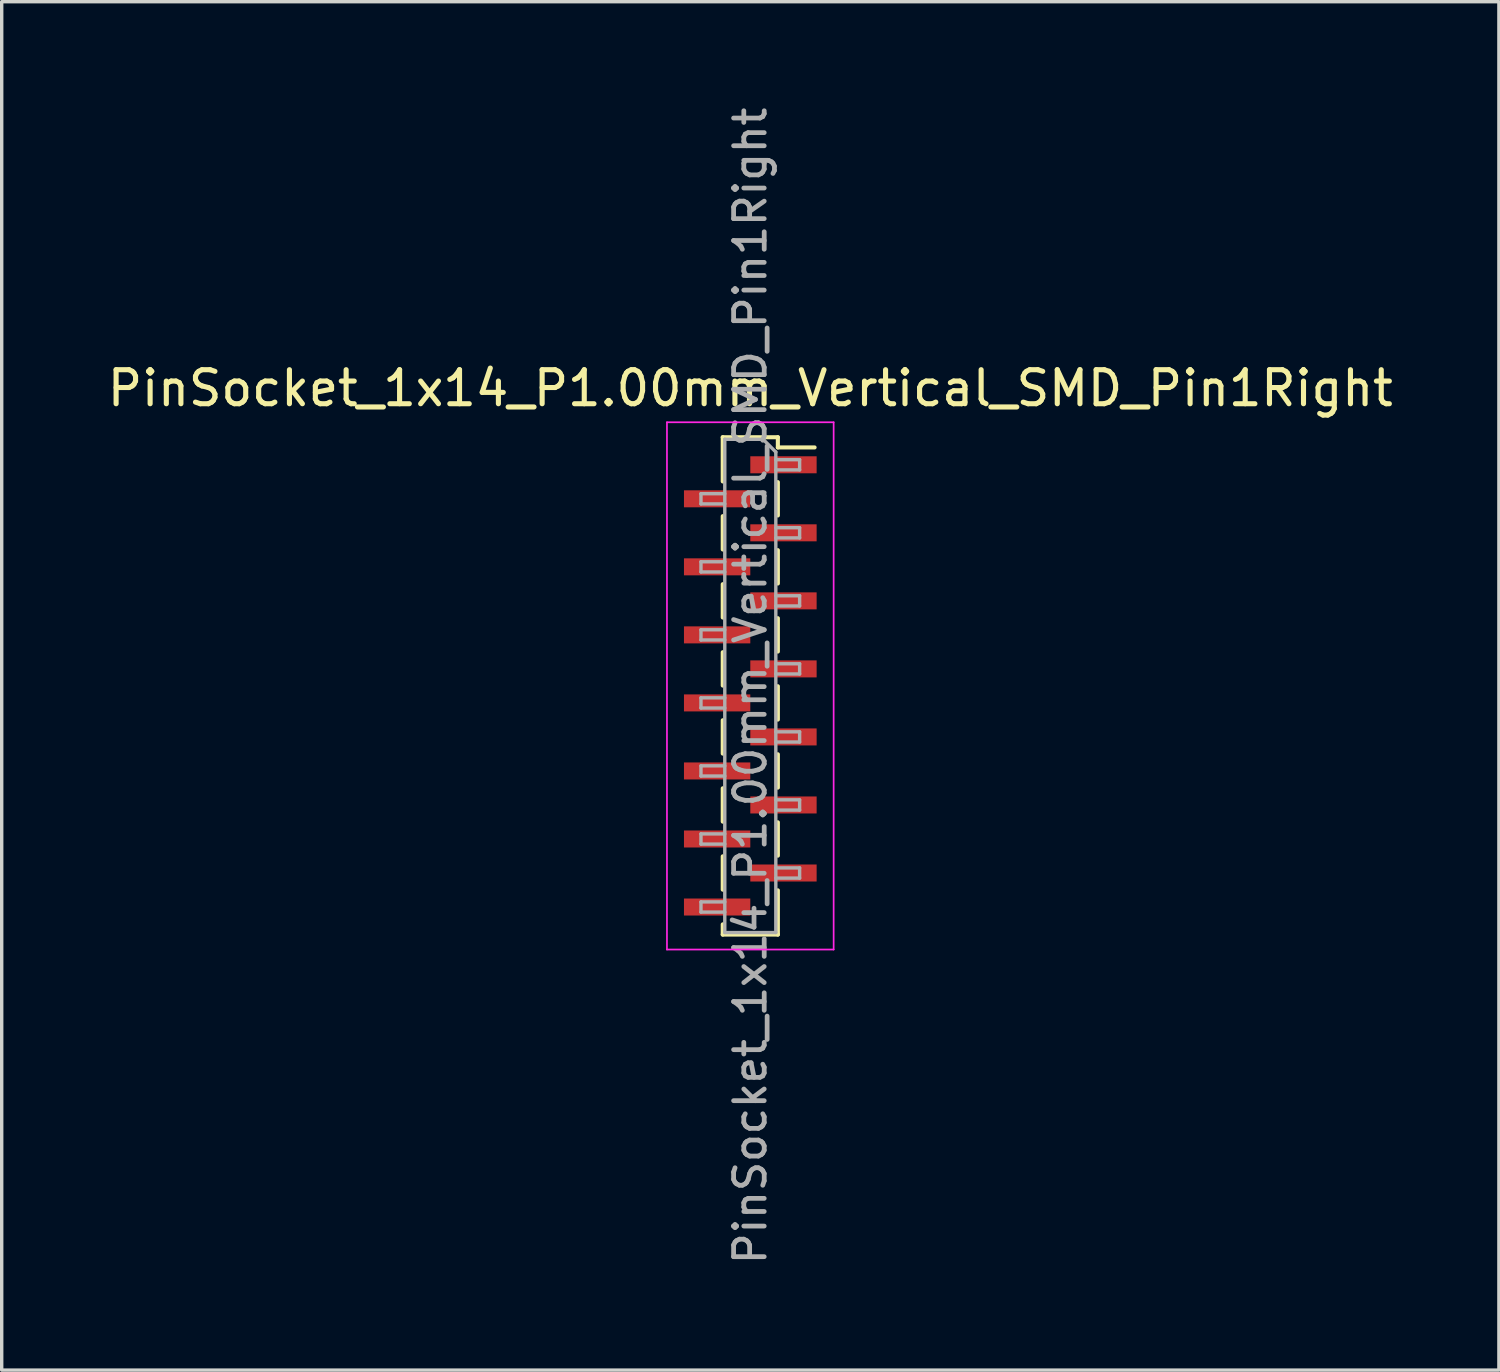
<source format=kicad_pcb>
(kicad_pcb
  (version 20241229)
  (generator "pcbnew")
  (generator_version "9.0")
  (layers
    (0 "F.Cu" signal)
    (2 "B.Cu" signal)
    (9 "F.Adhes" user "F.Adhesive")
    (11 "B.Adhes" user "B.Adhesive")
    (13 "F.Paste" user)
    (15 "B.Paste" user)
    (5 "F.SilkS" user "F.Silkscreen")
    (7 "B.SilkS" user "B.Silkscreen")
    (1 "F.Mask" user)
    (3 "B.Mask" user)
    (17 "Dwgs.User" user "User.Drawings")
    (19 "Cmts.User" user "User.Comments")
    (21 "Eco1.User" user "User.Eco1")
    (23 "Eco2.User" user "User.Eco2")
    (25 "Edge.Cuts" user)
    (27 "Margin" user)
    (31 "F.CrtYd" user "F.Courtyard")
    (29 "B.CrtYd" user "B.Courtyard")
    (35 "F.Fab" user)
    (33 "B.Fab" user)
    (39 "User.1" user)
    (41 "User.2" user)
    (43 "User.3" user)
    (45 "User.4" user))
  (footprint "PinSocket_1x14_P1.00mm_Vertical_SMD_Pin1Right"
    (layer "F.Cu")
    (at 19.006 17.113)
    (property "Reference" "PinSocket_1x14_P1.00mm_Vertical_SMD_Pin1Right" (at 0 -8.75 0) (layer "F.SilkS") (effects (font (size 1 1) (thickness 0.15))))
    (attr smd)
    (fp_line (start -0.81 -7.31) (end -0.81 -6.01) (stroke (width 0.12) (type solid)) (layer "F.SilkS"))
    (fp_line (start -0.81 -7.31) (end 0.81 -7.31) (stroke (width 0.12) (type solid)) (layer "F.SilkS"))
    (fp_line (start -0.81 -4.99) (end -0.81 -4.01) (stroke (width 0.12) (type solid)) (layer "F.SilkS"))
    (fp_line (start -0.81 -2.99) (end -0.81 -2.01) (stroke (width 0.12) (type solid)) (layer "F.SilkS"))
    (fp_line (start -0.81 -0.99) (end -0.81 -0.01) (stroke (width 0.12) (type solid)) (layer "F.SilkS"))
    (fp_line (start -0.81 1.01) (end -0.81 1.99) (stroke (width 0.12) (type solid)) (layer "F.SilkS"))
    (fp_line (start -0.81 3.01) (end -0.81 3.99) (stroke (width 0.12) (type solid)) (layer "F.SilkS"))
    (fp_line (start -0.81 5.01) (end -0.81 5.99) (stroke (width 0.12) (type solid)) (layer "F.SilkS"))
    (fp_line (start -0.81 7.01) (end -0.81 7.31) (stroke (width 0.12) (type solid)) (layer "F.SilkS"))
    (fp_line (start -0.81 7.31) (end 0.81 7.31) (stroke (width 0.12) (type solid)) (layer "F.SilkS"))
    (fp_line (start 0.81 -7.31) (end 0.81 -7.01) (stroke (width 0.12) (type solid)) (layer "F.SilkS"))
    (fp_line (start 0.81 -7.01) (end 1.89 -7.01) (stroke (width 0.12) (type solid)) (layer "F.SilkS"))
    (fp_line (start 0.81 -5.99) (end 0.81 -5.01) (stroke (width 0.12) (type solid)) (layer "F.SilkS"))
    (fp_line (start 0.81 -3.99) (end 0.81 -3.01) (stroke (width 0.12) (type solid)) (layer "F.SilkS"))
    (fp_line (start 0.81 -1.99) (end 0.81 -1.01) (stroke (width 0.12) (type solid)) (layer "F.SilkS"))
    (fp_line (start 0.81 0.01) (end 0.81 0.99) (stroke (width 0.12) (type solid)) (layer "F.SilkS"))
    (fp_line (start 0.81 2.01) (end 0.81 2.99) (stroke (width 0.12) (type solid)) (layer "F.SilkS"))
    (fp_line (start 0.81 4.01) (end 0.81 4.99) (stroke (width 0.12) (type solid)) (layer "F.SilkS"))
    (fp_line (start 0.81 6.01) (end 0.81 7.31) (stroke (width 0.12) (type solid)) (layer "F.SilkS"))
    (fp_line (start -2.45 -7.75) (end 2.45 -7.75) (stroke (width 0.05) (type solid)) (layer "F.CrtYd"))
    (fp_line (start -2.45 7.75) (end -2.45 -7.75) (stroke (width 0.05) (type solid)) (layer "F.CrtYd"))
    (fp_line (start 2.45 -7.75) (end 2.45 7.75) (stroke (width 0.05) (type solid)) (layer "F.CrtYd"))
    (fp_line (start 2.45 7.75) (end -2.45 7.75) (stroke (width 0.05) (type solid)) (layer "F.CrtYd"))
    (fp_line (start -1.45 -5.65) (end -0.75 -5.65) (stroke (width 0.1) (type solid)) (layer "F.Fab"))
    (fp_line (start -1.45 -5.35) (end -1.45 -5.65) (stroke (width 0.1) (type solid)) (layer "F.Fab"))
    (fp_line (start -1.45 -3.65) (end -0.75 -3.65) (stroke (width 0.1) (type solid)) (layer "F.Fab"))
    (fp_line (start -1.45 -3.35) (end -1.45 -3.65) (stroke (width 0.1) (type solid)) (layer "F.Fab"))
    (fp_line (start -1.45 -1.65) (end -0.75 -1.65) (stroke (width 0.1) (type solid)) (layer "F.Fab"))
    (fp_line (start -1.45 -1.35) (end -1.45 -1.65) (stroke (width 0.1) (type solid)) (layer "F.Fab"))
    (fp_line (start -1.45 0.35) (end -0.75 0.35) (stroke (width 0.1) (type solid)) (layer "F.Fab"))
    (fp_line (start -1.45 0.65) (end -1.45 0.35) (stroke (width 0.1) (type solid)) (layer "F.Fab"))
    (fp_line (start -1.45 2.35) (end -0.75 2.35) (stroke (width 0.1) (type solid)) (layer "F.Fab"))
    (fp_line (start -1.45 2.65) (end -1.45 2.35) (stroke (width 0.1) (type solid)) (layer "F.Fab"))
    (fp_line (start -1.45 4.35) (end -0.75 4.35) (stroke (width 0.1) (type solid)) (layer "F.Fab"))
    (fp_line (start -1.45 4.65) (end -1.45 4.35) (stroke (width 0.1) (type solid)) (layer "F.Fab"))
    (fp_line (start -1.45 6.35) (end -0.75 6.35) (stroke (width 0.1) (type solid)) (layer "F.Fab"))
    (fp_line (start -1.45 6.65) (end -1.45 6.35) (stroke (width 0.1) (type solid)) (layer "F.Fab"))
    (fp_line (start -0.75 -7.25) (end 0.375 -7.25) (stroke (width 0.1) (type solid)) (layer "F.Fab"))
    (fp_line (start -0.75 -5.35) (end -1.45 -5.35) (stroke (width 0.1) (type solid)) (layer "F.Fab"))
    (fp_line (start -0.75 -3.35) (end -1.45 -3.35) (stroke (width 0.1) (type solid)) (layer "F.Fab"))
    (fp_line (start -0.75 -1.35) (end -1.45 -1.35) (stroke (width 0.1) (type solid)) (layer "F.Fab"))
    (fp_line (start -0.75 0.65) (end -1.45 0.65) (stroke (width 0.1) (type solid)) (layer "F.Fab"))
    (fp_line (start -0.75 2.65) (end -1.45 2.65) (stroke (width 0.1) (type solid)) (layer "F.Fab"))
    (fp_line (start -0.75 4.65) (end -1.45 4.65) (stroke (width 0.1) (type solid)) (layer "F.Fab"))
    (fp_line (start -0.75 6.65) (end -1.45 6.65) (stroke (width 0.1) (type solid)) (layer "F.Fab"))
    (fp_line (start -0.75 7.25) (end -0.75 -7.25) (stroke (width 0.1) (type solid)) (layer "F.Fab"))
    (fp_line (start 0.375 -7.25) (end 0.75 -6.875) (stroke (width 0.1) (type solid)) (layer "F.Fab"))
    (fp_line (start 0.75 -6.875) (end 0.75 7.25) (stroke (width 0.1) (type solid)) (layer "F.Fab"))
    (fp_line (start 0.75 -6.65) (end 1.45 -6.65) (stroke (width 0.1) (type solid)) (layer "F.Fab"))
    (fp_line (start 0.75 -4.65) (end 1.45 -4.65) (stroke (width 0.1) (type solid)) (layer "F.Fab"))
    (fp_line (start 0.75 -2.65) (end 1.45 -2.65) (stroke (width 0.1) (type solid)) (layer "F.Fab"))
    (fp_line (start 0.75 -0.65) (end 1.45 -0.65) (stroke (width 0.1) (type solid)) (layer "F.Fab"))
    (fp_line (start 0.75 1.35) (end 1.45 1.35) (stroke (width 0.1) (type solid)) (layer "F.Fab"))
    (fp_line (start 0.75 3.35) (end 1.45 3.35) (stroke (width 0.1) (type solid)) (layer "F.Fab"))
    (fp_line (start 0.75 5.35) (end 1.45 5.35) (stroke (width 0.1) (type solid)) (layer "F.Fab"))
    (fp_line (start 0.75 7.25) (end -0.75 7.25) (stroke (width 0.1) (type solid)) (layer "F.Fab"))
    (fp_line (start 1.45 -6.65) (end 1.45 -6.35) (stroke (width 0.1) (type solid)) (layer "F.Fab"))
    (fp_line (start 1.45 -6.35) (end 0.75 -6.35) (stroke (width 0.1) (type solid)) (layer "F.Fab"))
    (fp_line (start 1.45 -4.65) (end 1.45 -4.35) (stroke (width 0.1) (type solid)) (layer "F.Fab"))
    (fp_line (start 1.45 -4.35) (end 0.75 -4.35) (stroke (width 0.1) (type solid)) (layer "F.Fab"))
    (fp_line (start 1.45 -2.65) (end 1.45 -2.35) (stroke (width 0.1) (type solid)) (layer "F.Fab"))
    (fp_line (start 1.45 -2.35) (end 0.75 -2.35) (stroke (width 0.1) (type solid)) (layer "F.Fab"))
    (fp_line (start 1.45 -0.65) (end 1.45 -0.35) (stroke (width 0.1) (type solid)) (layer "F.Fab"))
    (fp_line (start 1.45 -0.35) (end 0.75 -0.35) (stroke (width 0.1) (type solid)) (layer "F.Fab"))
    (fp_line (start 1.45 1.35) (end 1.45 1.65) (stroke (width 0.1) (type solid)) (layer "F.Fab"))
    (fp_line (start 1.45 1.65) (end 0.75 1.65) (stroke (width 0.1) (type solid)) (layer "F.Fab"))
    (fp_line (start 1.45 3.35) (end 1.45 3.65) (stroke (width 0.1) (type solid)) (layer "F.Fab"))
    (fp_line (start 1.45 3.65) (end 0.75 3.65) (stroke (width 0.1) (type solid)) (layer "F.Fab"))
    (fp_line (start 1.45 5.35) (end 1.45 5.65) (stroke (width 0.1) (type solid)) (layer "F.Fab"))
    (fp_line (start 1.45 5.65) (end 0.75 5.65) (stroke (width 0.1) (type solid)) (layer "F.Fab"))
    (fp_text user "${REFERENCE}" (at 0 0 90) (layer "F.Fab") (effects (font (size 0.9 0.9) (thickness 0.14))))
    (pad "1" smd rect (at 0.975 -6.5) (size 1.95 0.5) (layers "F.Cu" "F.Mask" "F.Paste"))
    (pad "2" smd rect (at -0.975 -5.5) (size 1.95 0.5) (layers "F.Cu" "F.Mask" "F.Paste"))
    (pad "3" smd rect (at 0.975 -4.5) (size 1.95 0.5) (layers "F.Cu" "F.Mask" "F.Paste"))
    (pad "4" smd rect (at -0.975 -3.5) (size 1.95 0.5) (layers "F.Cu" "F.Mask" "F.Paste"))
    (pad "5" smd rect (at 0.975 -2.5) (size 1.95 0.5) (layers "F.Cu" "F.Mask" "F.Paste"))
    (pad "6" smd rect (at -0.975 -1.5) (size 1.95 0.5) (layers "F.Cu" "F.Mask" "F.Paste"))
    (pad "7" smd rect (at 0.975 -0.5) (size 1.95 0.5) (layers "F.Cu" "F.Mask" "F.Paste"))
    (pad "8" smd rect (at -0.975 0.5) (size 1.95 0.5) (layers "F.Cu" "F.Mask" "F.Paste"))
    (pad "9" smd rect (at 0.975 1.5) (size 1.95 0.5) (layers "F.Cu" "F.Mask" "F.Paste"))
    (pad "10" smd rect (at -0.975 2.5) (size 1.95 0.5) (layers "F.Cu" "F.Mask" "F.Paste"))
    (pad "11" smd rect (at 0.975 3.5) (size 1.95 0.5) (layers "F.Cu" "F.Mask" "F.Paste"))
    (pad "12" smd rect (at -0.975 4.5) (size 1.95 0.5) (layers "F.Cu" "F.Mask" "F.Paste"))
    (pad "13" smd rect (at 0.975 5.5) (size 1.95 0.5) (layers "F.Cu" "F.Mask" "F.Paste"))
    (pad "14" smd rect (at -0.975 6.5) (size 1.95 0.5) (layers "F.Cu" "F.Mask" "F.Paste")))
  (gr_rect
    (start -3 -3)
    (end 41.012 37.226)
    (stroke (width 0.1) (type default))
    (fill no)
    (layer "Edge.Cuts")))
</source>
